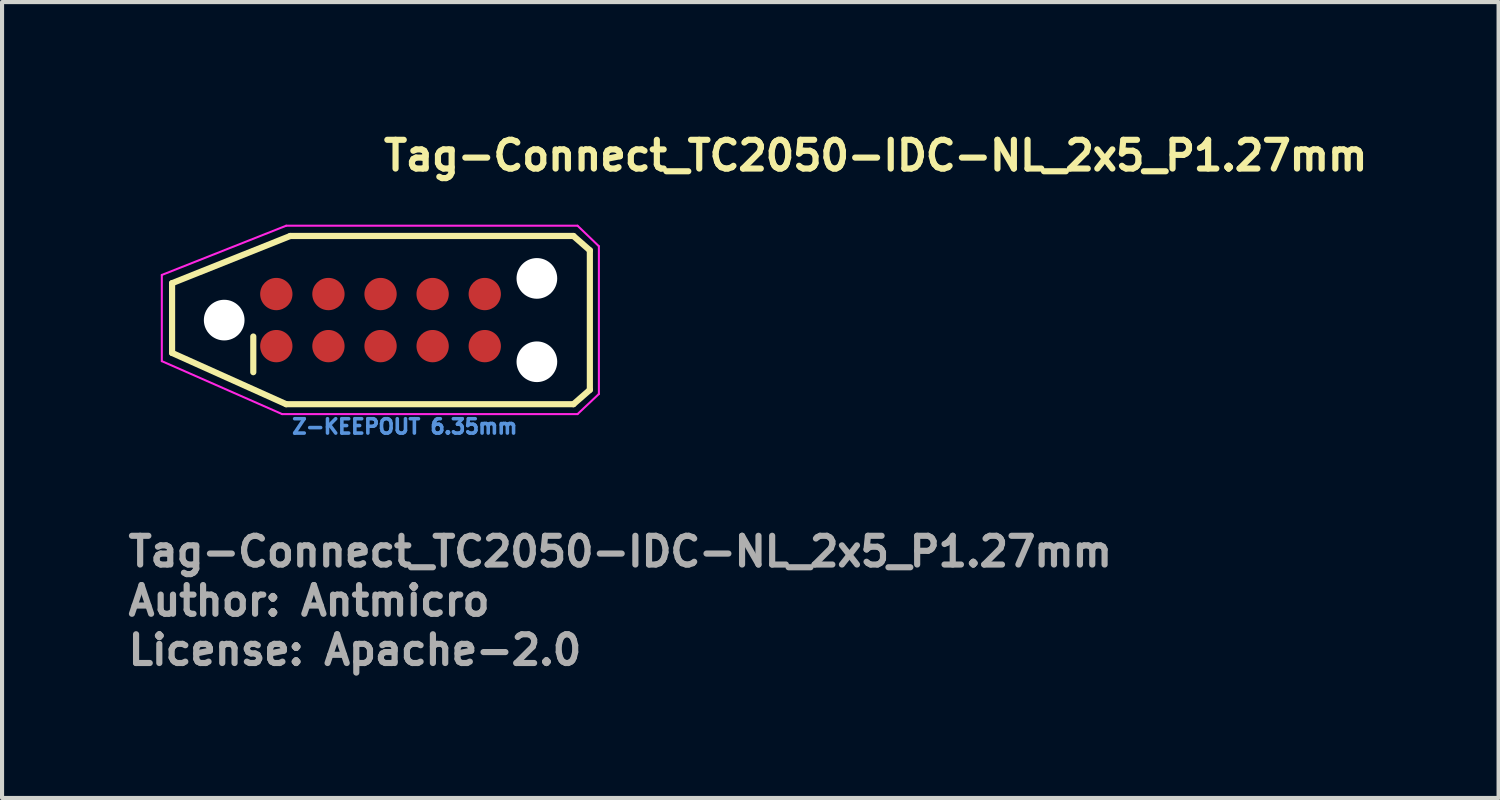
<source format=kicad_pcb>
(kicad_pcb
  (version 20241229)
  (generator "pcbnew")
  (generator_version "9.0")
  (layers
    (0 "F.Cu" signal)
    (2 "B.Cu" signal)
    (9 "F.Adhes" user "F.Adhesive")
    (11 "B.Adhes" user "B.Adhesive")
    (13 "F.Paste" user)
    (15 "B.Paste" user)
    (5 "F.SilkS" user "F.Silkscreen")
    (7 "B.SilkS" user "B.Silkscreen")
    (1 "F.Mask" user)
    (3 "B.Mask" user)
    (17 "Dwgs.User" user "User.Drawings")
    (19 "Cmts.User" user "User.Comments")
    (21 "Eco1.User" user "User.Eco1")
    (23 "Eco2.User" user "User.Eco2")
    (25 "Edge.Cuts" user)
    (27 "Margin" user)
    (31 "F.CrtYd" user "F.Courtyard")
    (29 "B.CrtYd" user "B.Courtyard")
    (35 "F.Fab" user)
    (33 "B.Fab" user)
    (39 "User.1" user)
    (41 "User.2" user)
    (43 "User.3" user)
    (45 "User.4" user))
  (footprint "Tag-Connect_TC2050-IDC-NL_2x5_P1.27mm"
    (layer "F.Cu")
    (at 6.223 4.75)
    (property "Reference" "Tag-Connect_TC2050-IDC-NL_2x5_P1.27mm" (at 0 -3.6 0) (layer "F.SilkS") (effects (font (size 0.7 0.7) (thickness 0.15)) (justify left bottom)))
    (attr exclude_from_pos_files exclude_from_bom)
    (fp_line (start -5.08 -0.9) (end -2.2 -2.05) (stroke (width 0.15) (type solid)) (layer "F.SilkS"))
    (fp_line (start -5.08 0.8) (end -5.08 -0.9) (stroke (width 0.15) (type solid)) (layer "F.SilkS"))
    (fp_line (start -3.101 1.269) (end -3.101 0.4) (stroke (width 0.15) (type solid)) (layer "F.SilkS"))
    (fp_line (start -2.3 2.049) (end -5.08 0.8) (stroke (width 0.15) (type solid)) (layer "F.SilkS"))
    (fp_line (start -2.2 -2.05) (end 4.7 -2.05) (stroke (width 0.15) (type solid)) (layer "F.SilkS"))
    (fp_line (start 4.7 -2.05) (end 5.1 -1.7) (stroke (width 0.15) (type solid)) (layer "F.SilkS"))
    (fp_line (start 4.7 2.049) (end -2.3 2.049) (stroke (width 0.15) (type solid)) (layer "F.SilkS"))
    (fp_line (start 4.7 2.049) (end 5.1 1.7) (stroke (width 0.15) (type solid)) (layer "F.SilkS"))
    (fp_line (start 5.1 -1.7) (end 5.1 1.7) (stroke (width 0.15) (type solid)) (layer "F.SilkS"))
    (fp_line (start -5.33 -1.1) (end -2.3 -2.3) (stroke (width 0.05) (type solid)) (layer "F.CrtYd"))
    (fp_line (start -5.33 1) (end -5.33 -1.1) (stroke (width 0.05) (type solid)) (layer "F.CrtYd"))
    (fp_line (start -2.4 2.29) (end -5.33 1) (stroke (width 0.05) (type solid)) (layer "F.CrtYd"))
    (fp_line (start -2.3 -2.3) (end 4.8 -2.3) (stroke (width 0.05) (type solid)) (layer "F.CrtYd"))
    (fp_line (start 4.8 -2.3) (end 5.32 -1.8) (stroke (width 0.05) (type solid)) (layer "F.CrtYd"))
    (fp_line (start 4.8 2.29) (end -2.4 2.29) (stroke (width 0.05) (type solid)) (layer "F.CrtYd"))
    (fp_line (start 4.8 2.29) (end 5.32 1.8) (stroke (width 0.05) (type solid)) (layer "F.CrtYd"))
    (fp_line (start 5.32 -1.8) (end 5.32 1.8) (stroke (width 0.05) (type solid)) (layer "F.CrtYd"))
    (fp_text user "Z-KEEPOUT 6.35mm" (at -2.2 2.8 0) (layer "Cmts.User") (effects (font (size 0.35 0.35) (thickness 0.087)) (justify left bottom)))
    (fp_text user "Author: Antmicro" (at -6.223 7.249 0) (layer "F.Fab") (effects (font (size 0.7 0.7) (thickness 0.15)) (justify left bottom)))
    (fp_text user "License: Apache-2.0" (at -6.223 8.449 0) (layer "F.Fab") (effects (font (size 0.7 0.7) (thickness 0.15)) (justify left bottom)))
    (fp_text user "${REFERENCE}" (at -6.223 6.049 0) (layer "F.Fab") (effects (font (size 0.7 0.7) (thickness 0.15)) (justify left bottom)))
    (pad "" np_thru_hole circle (at -3.81 0) (size 0.991 0.991) (drill 0.991) (layers "*.Cu" "*.Mask"))
    (pad "" np_thru_hole circle (at 3.809 -1.016) (size 0.991 0.991) (drill 0.991) (layers "*.Cu" "*.Mask"))
    (pad "" np_thru_hole circle (at 3.809 1.015) (size 0.991 0.991) (drill 0.991) (layers "*.Cu" "*.Mask"))
    (pad "1" connect circle (at -2.54 0.634) (size 0.787 0.787) (layers "F.Cu" "F.Mask"))
    (pad "2" connect circle (at -1.27 0.634) (size 0.787 0.787) (layers "F.Cu" "F.Mask"))
    (pad "3" connect circle (at 0 0.634) (size 0.787 0.787) (layers "F.Cu" "F.Mask"))
    (pad "4" connect circle (at 1.269 0.634) (size 0.787 0.787) (layers "F.Cu" "F.Mask"))
    (pad "5" connect circle (at 2.539 0.634) (size 0.787 0.787) (layers "F.Cu" "F.Mask"))
    (pad "6" connect circle (at 2.539 -0.635) (size 0.787 0.787) (layers "F.Cu" "F.Mask"))
    (pad "7" connect circle (at 1.269 -0.635) (size 0.787 0.787) (layers "F.Cu" "F.Mask"))
    (pad "8" connect circle (at 0 -0.635) (size 0.787 0.787) (layers "F.Cu" "F.Mask"))
    (pad "9" connect circle (at -1.27 -0.635) (size 0.787 0.787) (layers "F.Cu" "F.Mask"))
    (pad "10" connect circle (at -2.54 -0.635) (size 0.787 0.787) (layers "F.Cu" "F.Mask")))
  (gr_rect
    (start -3 -3)
    (end 33.466 16.395)
    (stroke (width 0.1) (type default))
    (fill no)
    (layer "Edge.Cuts")))
</source>
